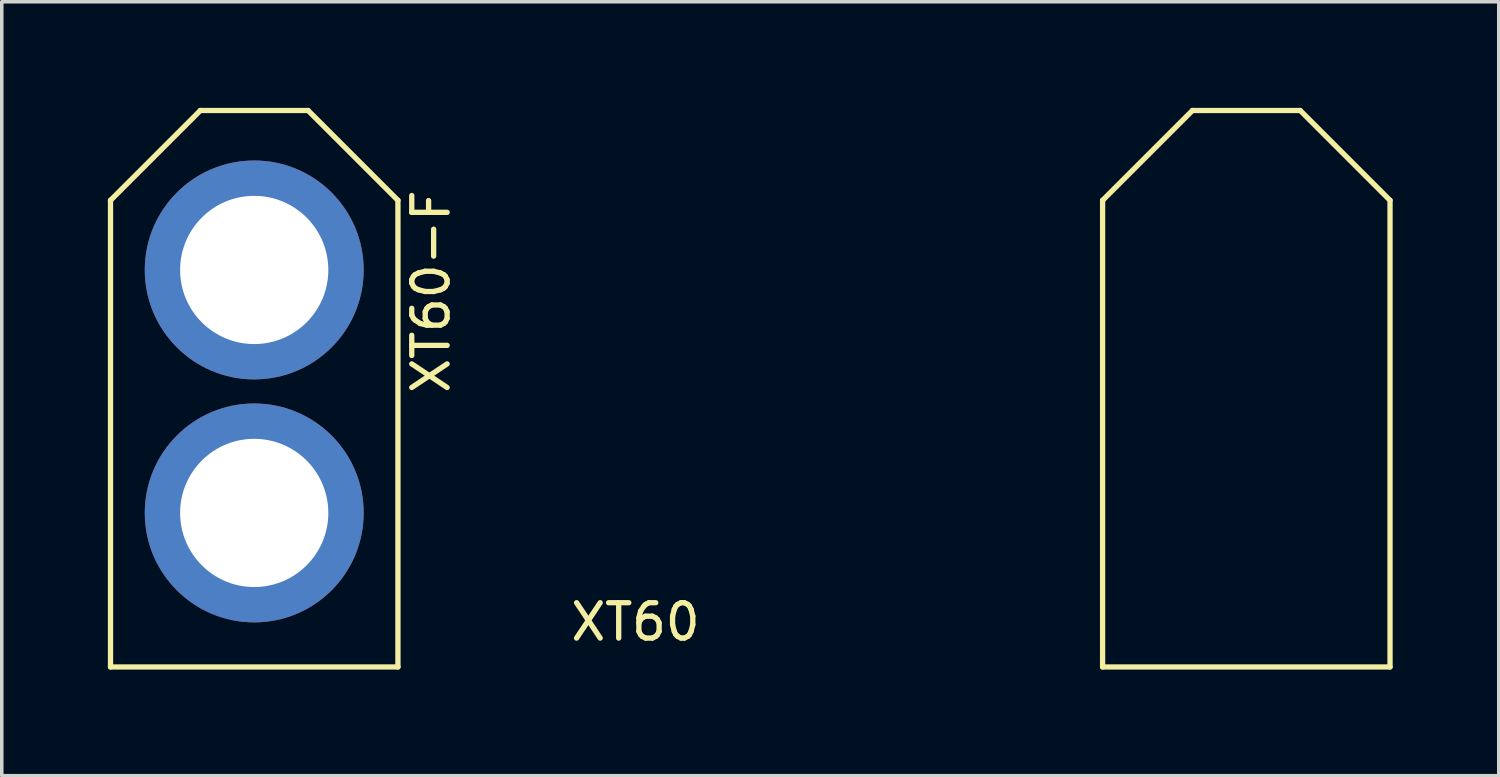
<source format=kicad_pcb>
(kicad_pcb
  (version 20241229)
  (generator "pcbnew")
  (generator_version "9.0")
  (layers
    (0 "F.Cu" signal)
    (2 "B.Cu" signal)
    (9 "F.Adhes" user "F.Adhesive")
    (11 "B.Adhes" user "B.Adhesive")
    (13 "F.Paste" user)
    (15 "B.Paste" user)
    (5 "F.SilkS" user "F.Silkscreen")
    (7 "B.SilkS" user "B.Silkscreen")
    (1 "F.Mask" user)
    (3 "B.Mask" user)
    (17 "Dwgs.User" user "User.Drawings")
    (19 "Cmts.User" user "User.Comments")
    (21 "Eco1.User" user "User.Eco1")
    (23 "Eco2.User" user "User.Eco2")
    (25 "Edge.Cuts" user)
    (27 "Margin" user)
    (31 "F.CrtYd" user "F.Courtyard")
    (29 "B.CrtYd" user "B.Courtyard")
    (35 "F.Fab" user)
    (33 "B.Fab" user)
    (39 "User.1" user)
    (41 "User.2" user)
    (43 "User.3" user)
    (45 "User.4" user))
  (footprint "XT60-F"
    (layer "F.Cu")
    (at 4.139 7.943)
    (property "Reference" "XT60-F" (at 5 -2.75 90) (layer "F.SilkS") (effects (font (size 1 1) (thickness 0.15))))
    (attr through_hole)
    (fp_line (start -4.064 -5.328) (end -1.524 -7.868) (stroke (width 0.15) (type solid)) (layer "F.SilkS"))
    (fp_line (start -4.064 7.868) (end -4.064 -5.328) (stroke (width 0.15) (type solid)) (layer "F.SilkS"))
    (fp_line (start -4.064 7.868) (end 4.064 7.868) (stroke (width 0.15) (type solid)) (layer "F.SilkS"))
    (fp_line (start -1.524 -7.868) (end 1.524 -7.868) (stroke (width 0.15) (type solid)) (layer "F.SilkS"))
    (fp_line (start 1.524 -7.868) (end 4.064 -5.328) (stroke (width 0.15) (type solid)) (layer "F.SilkS"))
    (fp_line (start 4.064 -5.328) (end 4.064 7.868) (stroke (width 0.15) (type solid)) (layer "F.SilkS"))
    (pad "1" thru_hole circle (at 0 -3.359) (size 6.19 6.19) (drill 4.191) (layers "*.Cu" "*.Mask"))
    (pad "2" thru_hole circle (at 0 3.512) (size 6.19 6.19) (drill 4.191) (layers "*.Cu" "*.Mask")))
  (footprint "XT60"
    (layer "F.Cu")
    (at 32.194 7.943)
    (property "Reference" "XT60" (at -17.272 6.596 0) (layer "F.SilkS") (effects (font (size 1 1) (thickness 0.15))))
    (attr through_hole)
    (fp_line (start -4.064 -5.328) (end -1.524 -7.868) (stroke (width 0.15) (type solid)) (layer "F.SilkS"))
    (fp_line (start -4.064 7.868) (end -4.064 -5.328) (stroke (width 0.15) (type solid)) (layer "F.SilkS"))
    (fp_line (start -4.064 7.868) (end 4.064 7.868) (stroke (width 0.15) (type solid)) (layer "F.SilkS"))
    (fp_line (start -1.524 -7.868) (end 1.524 -7.868) (stroke (width 0.15) (type solid)) (layer "F.SilkS"))
    (fp_line (start 1.524 -7.868) (end 4.064 -5.328) (stroke (width 0.15) (type solid)) (layer "F.SilkS"))
    (fp_line (start 4.064 -5.328) (end 4.064 7.868) (stroke (width 0.15) (type solid)) (layer "F.SilkS")))
  (gr_rect
    (start -3 -3)
    (end 39.333 18.885)
    (stroke (width 0.1) (type default))
    (fill no)
    (layer "Edge.Cuts")))
</source>
